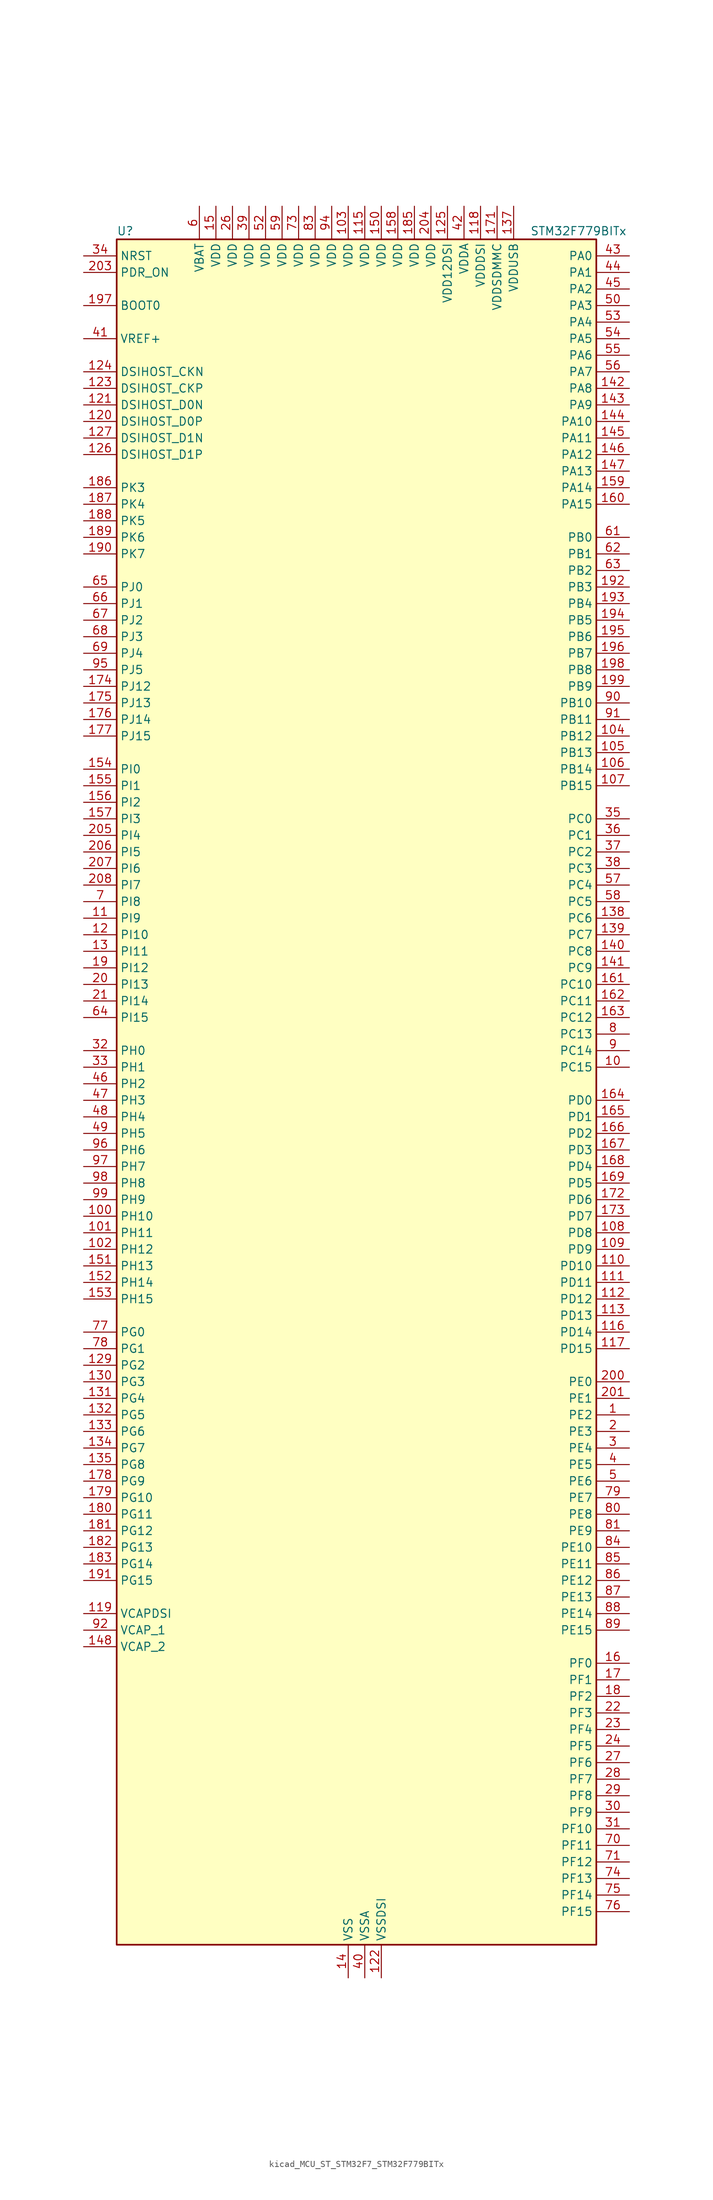
<source format=kicad_sym>
(kicad_symbol_lib
  (version 20220914)
  (generator kicad_symbol_editor)
  (symbol "kicad_MCU_ST_STM32F7_STM32F779BITx"
    (property "Reference" "U"
      (at -35.56 133.35 0)
      (effects (font (size 1.27 1.27)) (justify left)))
    (property "Value" "STM32F779BITx"
      (at 27.94 133.35 0)
      (effects (font (size 1.27 1.27)) (justify left)))
    (property "ki_locked" ""
      (at 0 0 0)
      (effects (font (size 1.27 1.27))))
    (symbol "kicad_MCU_ST_STM32F7_STM32F779BITx_0_1"
      (rectangle (start -35.56 -129.54) (end 38.1 132.08) (stroke (width 0.254) (type default)) (fill (type background))))
    (symbol "kicad_MCU_ST_STM32F7_STM32F779BITx_1_1"
      (pin bidirectional line (at 43.18 -48.26 180) (length 5.08) (name "PE2" (effects (font (size 1.27 1.27)))) (number "1" (effects (font (size 1.27 1.27)))) (alternate "ETH_TXD3" bidirectional line) (alternate "FMC_A23" bidirectional line) (alternate "QUADSPI_BK1_IO2" bidirectional line) (alternate "SAI1_MCLK_A" bidirectional line) (alternate "SPI4_SCK" bidirectional line) (alternate "SYS_TRACECLK" bidirectional line))
      (pin bidirectional line (at 43.18 5.08 180) (length 5.08) (name "PC15" (effects (font (size 1.27 1.27)))) (number "10" (effects (font (size 1.27 1.27)))) (alternate "RCC_OSC32_OUT" bidirectional line))
      (pin bidirectional line (at -40.64 -17.78 0) (length 5.08) (name "PH10" (effects (font (size 1.27 1.27)))) (number "100" (effects (font (size 1.27 1.27)))) (alternate "DCMI_D1" bidirectional line) (alternate "FMC_D18" bidirectional line) (alternate "I2C4_SMBA" bidirectional line) (alternate "LTDC_R4" bidirectional line) (alternate "TIM5_CH1" bidirectional line))
      (pin bidirectional line (at -40.64 -20.32 0) (length 5.08) (name "PH11" (effects (font (size 1.27 1.27)))) (number "101" (effects (font (size 1.27 1.27)))) (alternate "ADC1_EXTI11" bidirectional line) (alternate "ADC2_EXTI11" bidirectional line) (alternate "ADC3_EXTI11" bidirectional line) (alternate "DCMI_D2" bidirectional line) (alternate "FMC_D19" bidirectional line) (alternate "I2C4_SCL" bidirectional line) (alternate "LTDC_R5" bidirectional line) (alternate "TIM5_CH2" bidirectional line))
      (pin bidirectional line (at -40.64 -22.86 0) (length 5.08) (name "PH12" (effects (font (size 1.27 1.27)))) (number "102" (effects (font (size 1.27 1.27)))) (alternate "DCMI_D3" bidirectional line) (alternate "FMC_D20" bidirectional line) (alternate "I2C4_SDA" bidirectional line) (alternate "LTDC_R6" bidirectional line) (alternate "TIM5_CH3" bidirectional line))
      (pin power_in line (at 0 137.16 270) (length 5.08) (name "VDD" (effects (font (size 1.27 1.27)))) (number "103" (effects (font (size 1.27 1.27)))))
      (pin bidirectional line (at 43.18 55.88 180) (length 5.08) (name "PB12" (effects (font (size 1.27 1.27)))) (number "104" (effects (font (size 1.27 1.27)))) (alternate "CAN2_RX" bidirectional line) (alternate "DFSDM1_DATIN1" bidirectional line) (alternate "ETH_TXD0" bidirectional line) (alternate "I2C2_SMBA" bidirectional line) (alternate "I2S2_WS" bidirectional line) (alternate "SPI2_NSS" bidirectional line) (alternate "TIM1_BKIN" bidirectional line) (alternate "UART5_RX" bidirectional line) (alternate "USART3_CK" bidirectional line) (alternate "USB_OTG_HS_ID" bidirectional line) (alternate "USB_OTG_HS_ULPI_D5" bidirectional line))
      (pin bidirectional line (at 43.18 53.34 180) (length 5.08) (name "PB13" (effects (font (size 1.27 1.27)))) (number "105" (effects (font (size 1.27 1.27)))) (alternate "CAN2_TX" bidirectional line) (alternate "DFSDM1_CKIN1" bidirectional line) (alternate "ETH_TXD1" bidirectional line) (alternate "I2S2_CK" bidirectional line) (alternate "SPI2_SCK" bidirectional line) (alternate "TIM1_CH1N" bidirectional line) (alternate "UART5_TX" bidirectional line) (alternate "USART3_CTS" bidirectional line) (alternate "USB_OTG_HS_ULPI_D6" bidirectional line) (alternate "USB_OTG_HS_VBUS" bidirectional line))
      (pin bidirectional line (at 43.18 50.8 180) (length 5.08) (name "PB14" (effects (font (size 1.27 1.27)))) (number "106" (effects (font (size 1.27 1.27)))) (alternate "DFSDM1_DATIN2" bidirectional line) (alternate "SDMMC2_D0" bidirectional line) (alternate "SPI2_MISO" bidirectional line) (alternate "TIM12_CH1" bidirectional line) (alternate "TIM1_CH2N" bidirectional line) (alternate "TIM8_CH2N" bidirectional line) (alternate "UART4_DE" bidirectional line) (alternate "UART4_RTS" bidirectional line) (alternate "USART1_TX" bidirectional line) (alternate "USART3_DE" bidirectional line) (alternate "USART3_RTS" bidirectional line) (alternate "USB_OTG_HS_DM" bidirectional line))
      (pin bidirectional line (at 43.18 48.26 180) (length 5.08) (name "PB15" (effects (font (size 1.27 1.27)))) (number "107" (effects (font (size 1.27 1.27)))) (alternate "DFSDM1_CKIN2" bidirectional line) (alternate "I2S2_SD" bidirectional line) (alternate "RTC_REFIN" bidirectional line) (alternate "SDMMC2_D1" bidirectional line) (alternate "SPI2_MOSI" bidirectional line) (alternate "TIM12_CH2" bidirectional line) (alternate "TIM1_CH3N" bidirectional line) (alternate "TIM8_CH3N" bidirectional line) (alternate "UART4_CTS" bidirectional line) (alternate "USART1_RX" bidirectional line) (alternate "USB_OTG_HS_DP" bidirectional line))
      (pin bidirectional line (at 43.18 -20.32 180) (length 5.08) (name "PD8" (effects (font (size 1.27 1.27)))) (number "108" (effects (font (size 1.27 1.27)))) (alternate "DFSDM1_CKIN3" bidirectional line) (alternate "FMC_D13" bidirectional line) (alternate "FMC_DA13" bidirectional line) (alternate "SPDIFRX_IN1" bidirectional line) (alternate "USART3_TX" bidirectional line))
      (pin bidirectional line (at 43.18 -22.86 180) (length 5.08) (name "PD9" (effects (font (size 1.27 1.27)))) (number "109" (effects (font (size 1.27 1.27)))) (alternate "DAC_EXTI9" bidirectional line) (alternate "DFSDM1_DATIN3" bidirectional line) (alternate "FMC_D14" bidirectional line) (alternate "FMC_DA14" bidirectional line) (alternate "USART3_RX" bidirectional line))
      (pin bidirectional line (at -40.64 27.94 0) (length 5.08) (name "PI9" (effects (font (size 1.27 1.27)))) (number "11" (effects (font (size 1.27 1.27)))) (alternate "CAN1_RX" bidirectional line) (alternate "DAC_EXTI9" bidirectional line) (alternate "FMC_D30" bidirectional line) (alternate "LTDC_VSYNC" bidirectional line) (alternate "UART4_RX" bidirectional line))
      (pin bidirectional line (at 43.18 -25.4 180) (length 5.08) (name "PD10" (effects (font (size 1.27 1.27)))) (number "110" (effects (font (size 1.27 1.27)))) (alternate "DFSDM1_CKOUT" bidirectional line) (alternate "FMC_D15" bidirectional line) (alternate "FMC_DA15" bidirectional line) (alternate "LTDC_B3" bidirectional line) (alternate "USART3_CK" bidirectional line))
      (pin bidirectional line (at 43.18 -27.94 180) (length 5.08) (name "PD11" (effects (font (size 1.27 1.27)))) (number "111" (effects (font (size 1.27 1.27)))) (alternate "ADC1_EXTI11" bidirectional line) (alternate "ADC2_EXTI11" bidirectional line) (alternate "ADC3_EXTI11" bidirectional line) (alternate "FMC_A16" bidirectional line) (alternate "FMC_CLE" bidirectional line) (alternate "I2C4_SMBA" bidirectional line) (alternate "QUADSPI_BK1_IO0" bidirectional line) (alternate "SAI2_SD_A" bidirectional line) (alternate "USART3_CTS" bidirectional line))
      (pin bidirectional line (at 43.18 -30.48 180) (length 5.08) (name "PD12" (effects (font (size 1.27 1.27)))) (number "112" (effects (font (size 1.27 1.27)))) (alternate "FMC_A17" bidirectional line) (alternate "FMC_ALE" bidirectional line) (alternate "I2C4_SCL" bidirectional line) (alternate "LPTIM1_IN1" bidirectional line) (alternate "QUADSPI_BK1_IO1" bidirectional line) (alternate "SAI2_FS_A" bidirectional line) (alternate "TIM4_CH1" bidirectional line) (alternate "USART3_DE" bidirectional line) (alternate "USART3_RTS" bidirectional line))
      (pin bidirectional line (at 43.18 -33.02 180) (length 5.08) (name "PD13" (effects (font (size 1.27 1.27)))) (number "113" (effects (font (size 1.27 1.27)))) (alternate "FMC_A18" bidirectional line) (alternate "I2C4_SDA" bidirectional line) (alternate "LPTIM1_OUT" bidirectional line) (alternate "QUADSPI_BK1_IO3" bidirectional line) (alternate "SAI2_SCK_A" bidirectional line) (alternate "TIM4_CH2" bidirectional line))
      (pin passive line (at 0 -134.62 90) (length 5.08) hide (name "VSS" (effects (font (size 1.27 1.27)))) (number "114" (effects (font (size 1.27 1.27)))))
      (pin power_in line (at 2.54 137.16 270) (length 5.08) (name "VDD" (effects (font (size 1.27 1.27)))) (number "115" (effects (font (size 1.27 1.27)))))
      (pin bidirectional line (at 43.18 -35.56 180) (length 5.08) (name "PD14" (effects (font (size 1.27 1.27)))) (number "116" (effects (font (size 1.27 1.27)))) (alternate "FMC_D0" bidirectional line) (alternate "FMC_DA0" bidirectional line) (alternate "TIM4_CH3" bidirectional line) (alternate "UART8_CTS" bidirectional line))
      (pin bidirectional line (at 43.18 -38.1 180) (length 5.08) (name "PD15" (effects (font (size 1.27 1.27)))) (number "117" (effects (font (size 1.27 1.27)))) (alternate "FMC_D1" bidirectional line) (alternate "FMC_DA1" bidirectional line) (alternate "TIM4_CH4" bidirectional line) (alternate "UART8_DE" bidirectional line) (alternate "UART8_RTS" bidirectional line))
      (pin power_in line (at 20.32 137.16 270) (length 5.08) (name "VDDDSI" (effects (font (size 1.27 1.27)))) (number "118" (effects (font (size 1.27 1.27)))))
      (pin power_out line (at -40.64 -78.74 0) (length 5.08) (name "VCAPDSI" (effects (font (size 1.27 1.27)))) (number "119" (effects (font (size 1.27 1.27)))))
      (pin bidirectional line (at -40.64 25.4 0) (length 5.08) (name "PI10" (effects (font (size 1.27 1.27)))) (number "12" (effects (font (size 1.27 1.27)))) (alternate "ETH_RX_ER" bidirectional line) (alternate "FMC_D31" bidirectional line) (alternate "LTDC_HSYNC" bidirectional line))
      (pin bidirectional line (at -40.64 104.14 0) (length 5.08) (name "DSIHOST_D0P" (effects (font (size 1.27 1.27)))) (number "120" (effects (font (size 1.27 1.27)))) (alternate "DSIHOST_D0P" bidirectional line))
      (pin bidirectional line (at -40.64 106.68 0) (length 5.08) (name "DSIHOST_D0N" (effects (font (size 1.27 1.27)))) (number "121" (effects (font (size 1.27 1.27)))) (alternate "DSIHOST_D0N" bidirectional line))
      (pin power_in line (at 5.08 -134.62 90) (length 5.08) (name "VSSDSI" (effects (font (size 1.27 1.27)))) (number "122" (effects (font (size 1.27 1.27)))))
      (pin bidirectional line (at -40.64 109.22 0) (length 5.08) (name "DSIHOST_CKP" (effects (font (size 1.27 1.27)))) (number "123" (effects (font (size 1.27 1.27)))) (alternate "DSIHOST_CKP" bidirectional line))
      (pin bidirectional line (at -40.64 111.76 0) (length 5.08) (name "DSIHOST_CKN" (effects (font (size 1.27 1.27)))) (number "124" (effects (font (size 1.27 1.27)))) (alternate "DSIHOST_CKN" bidirectional line))
      (pin power_in line (at 15.24 137.16 270) (length 5.08) (name "VDD12DSI" (effects (font (size 1.27 1.27)))) (number "125" (effects (font (size 1.27 1.27)))))
      (pin bidirectional line (at -40.64 99.06 0) (length 5.08) (name "DSIHOST_D1P" (effects (font (size 1.27 1.27)))) (number "126" (effects (font (size 1.27 1.27)))) (alternate "DSIHOST_D1P" bidirectional line))
      (pin bidirectional line (at -40.64 101.6 0) (length 5.08) (name "DSIHOST_D1N" (effects (font (size 1.27 1.27)))) (number "127" (effects (font (size 1.27 1.27)))) (alternate "DSIHOST_D1N" bidirectional line))
      (pin passive line (at 5.08 -134.62 90) (length 5.08) hide (name "VSSDSI" (effects (font (size 1.27 1.27)))) (number "128" (effects (font (size 1.27 1.27)))))
      (pin bidirectional line (at -40.64 -40.64 0) (length 5.08) (name "PG2" (effects (font (size 1.27 1.27)))) (number "129" (effects (font (size 1.27 1.27)))) (alternate "FMC_A12" bidirectional line))
      (pin bidirectional line (at -40.64 22.86 0) (length 5.08) (name "PI11" (effects (font (size 1.27 1.27)))) (number "13" (effects (font (size 1.27 1.27)))) (alternate "ADC1_EXTI11" bidirectional line) (alternate "ADC2_EXTI11" bidirectional line) (alternate "ADC3_EXTI11" bidirectional line) (alternate "LTDC_G6" bidirectional line) (alternate "SYS_WKUP6" bidirectional line) (alternate "USB_OTG_HS_ULPI_DIR" bidirectional line))
      (pin bidirectional line (at -40.64 -43.18 0) (length 5.08) (name "PG3" (effects (font (size 1.27 1.27)))) (number "130" (effects (font (size 1.27 1.27)))) (alternate "FMC_A13" bidirectional line))
      (pin bidirectional line (at -40.64 -45.72 0) (length 5.08) (name "PG4" (effects (font (size 1.27 1.27)))) (number "131" (effects (font (size 1.27 1.27)))) (alternate "FMC_A14" bidirectional line) (alternate "FMC_BA0" bidirectional line))
      (pin bidirectional line (at -40.64 -48.26 0) (length 5.08) (name "PG5" (effects (font (size 1.27 1.27)))) (number "132" (effects (font (size 1.27 1.27)))) (alternate "FMC_A15" bidirectional line) (alternate "FMC_BA1" bidirectional line))
      (pin bidirectional line (at -40.64 -50.8 0) (length 5.08) (name "PG6" (effects (font (size 1.27 1.27)))) (number "133" (effects (font (size 1.27 1.27)))) (alternate "DCMI_D12" bidirectional line) (alternate "FMC_NE3" bidirectional line) (alternate "LTDC_R7" bidirectional line))
      (pin bidirectional line (at -40.64 -53.34 0) (length 5.08) (name "PG7" (effects (font (size 1.27 1.27)))) (number "134" (effects (font (size 1.27 1.27)))) (alternate "DCMI_D13" bidirectional line) (alternate "FMC_INT" bidirectional line) (alternate "LTDC_CLK" bidirectional line) (alternate "SAI1_MCLK_A" bidirectional line) (alternate "USART6_CK" bidirectional line))
      (pin bidirectional line (at -40.64 -55.88 0) (length 5.08) (name "PG8" (effects (font (size 1.27 1.27)))) (number "135" (effects (font (size 1.27 1.27)))) (alternate "ETH_PPS_OUT" bidirectional line) (alternate "FMC_SDCLK" bidirectional line) (alternate "LTDC_G7" bidirectional line) (alternate "SPDIFRX_IN2" bidirectional line) (alternate "SPI6_NSS" bidirectional line) (alternate "USART6_DE" bidirectional line) (alternate "USART6_RTS" bidirectional line))
      (pin passive line (at 0 -134.62 90) (length 5.08) hide (name "VSS" (effects (font (size 1.27 1.27)))) (number "136" (effects (font (size 1.27 1.27)))))
      (pin power_in line (at 25.4 137.16 270) (length 5.08) (name "VDDUSB" (effects (font (size 1.27 1.27)))) (number "137" (effects (font (size 1.27 1.27)))))
      (pin bidirectional line (at 43.18 27.94 180) (length 5.08) (name "PC6" (effects (font (size 1.27 1.27)))) (number "138" (effects (font (size 1.27 1.27)))) (alternate "DCMI_D0" bidirectional line) (alternate "DFSDM1_CKIN3" bidirectional line) (alternate "FMC_NWAIT" bidirectional line) (alternate "I2S2_MCK" bidirectional line) (alternate "LTDC_HSYNC" bidirectional line) (alternate "SDMMC1_D6" bidirectional line) (alternate "SDMMC2_D6" bidirectional line) (alternate "TIM3_CH1" bidirectional line) (alternate "TIM8_CH1" bidirectional line) (alternate "USART6_TX" bidirectional line))
      (pin bidirectional line (at 43.18 25.4 180) (length 5.08) (name "PC7" (effects (font (size 1.27 1.27)))) (number "139" (effects (font (size 1.27 1.27)))) (alternate "DCMI_D1" bidirectional line) (alternate "DFSDM1_DATIN3" bidirectional line) (alternate "FMC_NE1" bidirectional line) (alternate "I2S3_MCK" bidirectional line) (alternate "LTDC_G6" bidirectional line) (alternate "SDMMC1_D7" bidirectional line) (alternate "SDMMC2_D7" bidirectional line) (alternate "TIM3_CH2" bidirectional line) (alternate "TIM8_CH2" bidirectional line) (alternate "USART6_RX" bidirectional line))
      (pin power_in line (at 0 -134.62 90) (length 5.08) (name "VSS" (effects (font (size 1.27 1.27)))) (number "14" (effects (font (size 1.27 1.27)))))
      (pin bidirectional line (at 43.18 22.86 180) (length 5.08) (name "PC8" (effects (font (size 1.27 1.27)))) (number "140" (effects (font (size 1.27 1.27)))) (alternate "DCMI_D2" bidirectional line) (alternate "FMC_NCE" bidirectional line) (alternate "FMC_NE2" bidirectional line) (alternate "SDMMC1_D0" bidirectional line) (alternate "SYS_TRACED1" bidirectional line) (alternate "TIM3_CH3" bidirectional line) (alternate "TIM8_CH3" bidirectional line) (alternate "UART5_DE" bidirectional line) (alternate "UART5_RTS" bidirectional line) (alternate "USART6_CK" bidirectional line))
      (pin bidirectional line (at 43.18 20.32 180) (length 5.08) (name "PC9" (effects (font (size 1.27 1.27)))) (number "141" (effects (font (size 1.27 1.27)))) (alternate "DAC_EXTI9" bidirectional line) (alternate "DCMI_D3" bidirectional line) (alternate "I2C3_SDA" bidirectional line) (alternate "I2S_CKIN" bidirectional line) (alternate "LTDC_B2" bidirectional line) (alternate "LTDC_G3" bidirectional line) (alternate "QUADSPI_BK1_IO0" bidirectional line) (alternate "RCC_MCO_2" bidirectional line) (alternate "SDMMC1_D1" bidirectional line) (alternate "TIM3_CH4" bidirectional line) (alternate "TIM8_CH4" bidirectional line) (alternate "UART5_CTS" bidirectional line))
      (pin bidirectional line (at 43.18 109.22 180) (length 5.08) (name "PA8" (effects (font (size 1.27 1.27)))) (number "142" (effects (font (size 1.27 1.27)))) (alternate "CAN3_RX" bidirectional line) (alternate "I2C3_SCL" bidirectional line) (alternate "LTDC_B3" bidirectional line) (alternate "LTDC_R6" bidirectional line) (alternate "RCC_MCO_1" bidirectional line) (alternate "TIM1_CH1" bidirectional line) (alternate "TIM8_BKIN2" bidirectional line) (alternate "UART7_RX" bidirectional line) (alternate "USART1_CK" bidirectional line) (alternate "USB_OTG_FS_SOF" bidirectional line))
      (pin bidirectional line (at 43.18 106.68 180) (length 5.08) (name "PA9" (effects (font (size 1.27 1.27)))) (number "143" (effects (font (size 1.27 1.27)))) (alternate "DAC_EXTI9" bidirectional line) (alternate "DCMI_D0" bidirectional line) (alternate "I2C3_SMBA" bidirectional line) (alternate "I2S2_CK" bidirectional line) (alternate "LTDC_R5" bidirectional line) (alternate "SPI2_SCK" bidirectional line) (alternate "TIM1_CH2" bidirectional line) (alternate "USART1_TX" bidirectional line) (alternate "USB_OTG_FS_VBUS" bidirectional line))
      (pin bidirectional line (at 43.18 104.14 180) (length 5.08) (name "PA10" (effects (font (size 1.27 1.27)))) (number "144" (effects (font (size 1.27 1.27)))) (alternate "DCMI_D1" bidirectional line) (alternate "LTDC_B1" bidirectional line) (alternate "LTDC_B4" bidirectional line) (alternate "MDIOS_MDIO" bidirectional line) (alternate "TIM1_CH3" bidirectional line) (alternate "USART1_RX" bidirectional line) (alternate "USB_OTG_FS_ID" bidirectional line))
      (pin bidirectional line (at 43.18 101.6 180) (length 5.08) (name "PA11" (effects (font (size 1.27 1.27)))) (number "145" (effects (font (size 1.27 1.27)))) (alternate "ADC1_EXTI11" bidirectional line) (alternate "ADC2_EXTI11" bidirectional line) (alternate "ADC3_EXTI11" bidirectional line) (alternate "CAN1_RX" bidirectional line) (alternate "I2S2_WS" bidirectional line) (alternate "LTDC_R4" bidirectional line) (alternate "SPI2_NSS" bidirectional line) (alternate "TIM1_CH4" bidirectional line) (alternate "UART4_RX" bidirectional line) (alternate "USART1_CTS" bidirectional line) (alternate "USB_OTG_FS_DM" bidirectional line))
      (pin bidirectional line (at 43.18 99.06 180) (length 5.08) (name "PA12" (effects (font (size 1.27 1.27)))) (number "146" (effects (font (size 1.27 1.27)))) (alternate "CAN1_TX" bidirectional line) (alternate "I2S2_CK" bidirectional line) (alternate "LTDC_R5" bidirectional line) (alternate "SAI2_FS_B" bidirectional line) (alternate "SPI2_SCK" bidirectional line) (alternate "TIM1_ETR" bidirectional line) (alternate "UART4_TX" bidirectional line) (alternate "USART1_DE" bidirectional line) (alternate "USART1_RTS" bidirectional line) (alternate "USB_OTG_FS_DP" bidirectional line))
      (pin bidirectional line (at 43.18 96.52 180) (length 5.08) (name "PA13" (effects (font (size 1.27 1.27)))) (number "147" (effects (font (size 1.27 1.27)))) (alternate "SYS_JTMS-SWDIO" bidirectional line))
      (pin power_out line (at -40.64 -83.82 0) (length 5.08) (name "VCAP_2" (effects (font (size 1.27 1.27)))) (number "148" (effects (font (size 1.27 1.27)))))
      (pin passive line (at 0 -134.62 90) (length 5.08) hide (name "VSS" (effects (font (size 1.27 1.27)))) (number "149" (effects (font (size 1.27 1.27)))))
      (pin power_in line (at -20.32 137.16 270) (length 5.08) (name "VDD" (effects (font (size 1.27 1.27)))) (number "15" (effects (font (size 1.27 1.27)))))
      (pin power_in line (at 5.08 137.16 270) (length 5.08) (name "VDD" (effects (font (size 1.27 1.27)))) (number "150" (effects (font (size 1.27 1.27)))))
      (pin bidirectional line (at -40.64 -25.4 0) (length 5.08) (name "PH13" (effects (font (size 1.27 1.27)))) (number "151" (effects (font (size 1.27 1.27)))) (alternate "CAN1_TX" bidirectional line) (alternate "FMC_D21" bidirectional line) (alternate "LTDC_G2" bidirectional line) (alternate "TIM8_CH1N" bidirectional line) (alternate "UART4_TX" bidirectional line))
      (pin bidirectional line (at -40.64 -27.94 0) (length 5.08) (name "PH14" (effects (font (size 1.27 1.27)))) (number "152" (effects (font (size 1.27 1.27)))) (alternate "CAN1_RX" bidirectional line) (alternate "DCMI_D4" bidirectional line) (alternate "FMC_D22" bidirectional line) (alternate "LTDC_G3" bidirectional line) (alternate "TIM8_CH2N" bidirectional line) (alternate "UART4_RX" bidirectional line))
      (pin bidirectional line (at -40.64 -30.48 0) (length 5.08) (name "PH15" (effects (font (size 1.27 1.27)))) (number "153" (effects (font (size 1.27 1.27)))) (alternate "DCMI_D11" bidirectional line) (alternate "FMC_D23" bidirectional line) (alternate "LTDC_G4" bidirectional line) (alternate "TIM8_CH3N" bidirectional line))
      (pin bidirectional line (at -40.64 50.8 0) (length 5.08) (name "PI0" (effects (font (size 1.27 1.27)))) (number "154" (effects (font (size 1.27 1.27)))) (alternate "DCMI_D13" bidirectional line) (alternate "FMC_D24" bidirectional line) (alternate "I2S2_WS" bidirectional line) (alternate "LTDC_G5" bidirectional line) (alternate "SPI2_NSS" bidirectional line) (alternate "TIM5_CH4" bidirectional line))
      (pin bidirectional line (at -40.64 48.26 0) (length 5.08) (name "PI1" (effects (font (size 1.27 1.27)))) (number "155" (effects (font (size 1.27 1.27)))) (alternate "DCMI_D8" bidirectional line) (alternate "FMC_D25" bidirectional line) (alternate "I2S2_CK" bidirectional line) (alternate "LTDC_G6" bidirectional line) (alternate "SPI2_SCK" bidirectional line) (alternate "TIM8_BKIN2" bidirectional line))
      (pin bidirectional line (at -40.64 45.72 0) (length 5.08) (name "PI2" (effects (font (size 1.27 1.27)))) (number "156" (effects (font (size 1.27 1.27)))) (alternate "DCMI_D9" bidirectional line) (alternate "FMC_D26" bidirectional line) (alternate "LTDC_G7" bidirectional line) (alternate "SPI2_MISO" bidirectional line) (alternate "TIM8_CH4" bidirectional line))
      (pin bidirectional line (at -40.64 43.18 0) (length 5.08) (name "PI3" (effects (font (size 1.27 1.27)))) (number "157" (effects (font (size 1.27 1.27)))) (alternate "DCMI_D10" bidirectional line) (alternate "FMC_D27" bidirectional line) (alternate "I2S2_SD" bidirectional line) (alternate "SPI2_MOSI" bidirectional line) (alternate "TIM8_ETR" bidirectional line))
      (pin power_in line (at 7.62 137.16 270) (length 5.08) (name "VDD" (effects (font (size 1.27 1.27)))) (number "158" (effects (font (size 1.27 1.27)))))
      (pin bidirectional line (at 43.18 93.98 180) (length 5.08) (name "PA14" (effects (font (size 1.27 1.27)))) (number "159" (effects (font (size 1.27 1.27)))) (alternate "SYS_JTCK-SWCLK" bidirectional line))
      (pin bidirectional line (at 43.18 -86.36 180) (length 5.08) (name "PF0" (effects (font (size 1.27 1.27)))) (number "16" (effects (font (size 1.27 1.27)))) (alternate "FMC_A0" bidirectional line) (alternate "I2C2_SDA" bidirectional line))
      (pin bidirectional line (at 43.18 91.44 180) (length 5.08) (name "PA15" (effects (font (size 1.27 1.27)))) (number "160" (effects (font (size 1.27 1.27)))) (alternate "CAN3_TX" bidirectional line) (alternate "CEC" bidirectional line) (alternate "I2S1_WS" bidirectional line) (alternate "I2S3_WS" bidirectional line) (alternate "SPI1_NSS" bidirectional line) (alternate "SPI3_NSS" bidirectional line) (alternate "SPI6_NSS" bidirectional line) (alternate "SYS_JTDI" bidirectional line) (alternate "TIM2_CH1" bidirectional line) (alternate "TIM2_ETR" bidirectional line) (alternate "UART4_DE" bidirectional line) (alternate "UART4_RTS" bidirectional line) (alternate "UART7_TX" bidirectional line))
      (pin bidirectional line (at 43.18 17.78 180) (length 5.08) (name "PC10" (effects (font (size 1.27 1.27)))) (number "161" (effects (font (size 1.27 1.27)))) (alternate "DCMI_D8" bidirectional line) (alternate "DFSDM1_CKIN5" bidirectional line) (alternate "I2S3_CK" bidirectional line) (alternate "LTDC_R2" bidirectional line) (alternate "QUADSPI_BK1_IO1" bidirectional line) (alternate "SDMMC1_D2" bidirectional line) (alternate "SPI3_SCK" bidirectional line) (alternate "UART4_TX" bidirectional line) (alternate "USART3_TX" bidirectional line))
      (pin bidirectional line (at 43.18 15.24 180) (length 5.08) (name "PC11" (effects (font (size 1.27 1.27)))) (number "162" (effects (font (size 1.27 1.27)))) (alternate "ADC1_EXTI11" bidirectional line) (alternate "ADC2_EXTI11" bidirectional line) (alternate "ADC3_EXTI11" bidirectional line) (alternate "DCMI_D4" bidirectional line) (alternate "DFSDM1_DATIN5" bidirectional line) (alternate "QUADSPI_BK2_NCS" bidirectional line) (alternate "SDMMC1_D3" bidirectional line) (alternate "SPI3_MISO" bidirectional line) (alternate "UART4_RX" bidirectional line) (alternate "USART3_RX" bidirectional line))
      (pin bidirectional line (at 43.18 12.7 180) (length 5.08) (name "PC12" (effects (font (size 1.27 1.27)))) (number "163" (effects (font (size 1.27 1.27)))) (alternate "DCMI_D9" bidirectional line) (alternate "I2S3_SD" bidirectional line) (alternate "SDMMC1_CK" bidirectional line) (alternate "SPI3_MOSI" bidirectional line) (alternate "SYS_TRACED3" bidirectional line) (alternate "UART5_TX" bidirectional line) (alternate "USART3_CK" bidirectional line))
      (pin bidirectional line (at 43.18 0 180) (length 5.08) (name "PD0" (effects (font (size 1.27 1.27)))) (number "164" (effects (font (size 1.27 1.27)))) (alternate "CAN1_RX" bidirectional line) (alternate "DFSDM1_CKIN6" bidirectional line) (alternate "DFSDM1_DATIN7" bidirectional line) (alternate "FMC_D2" bidirectional line) (alternate "FMC_DA2" bidirectional line) (alternate "UART4_RX" bidirectional line))
      (pin bidirectional line (at 43.18 -2.54 180) (length 5.08) (name "PD1" (effects (font (size 1.27 1.27)))) (number "165" (effects (font (size 1.27 1.27)))) (alternate "CAN1_TX" bidirectional line) (alternate "DFSDM1_CKIN7" bidirectional line) (alternate "DFSDM1_DATIN6" bidirectional line) (alternate "FMC_D3" bidirectional line) (alternate "FMC_DA3" bidirectional line) (alternate "UART4_TX" bidirectional line))
      (pin bidirectional line (at 43.18 -5.08 180) (length 5.08) (name "PD2" (effects (font (size 1.27 1.27)))) (number "166" (effects (font (size 1.27 1.27)))) (alternate "DCMI_D11" bidirectional line) (alternate "SDMMC1_CMD" bidirectional line) (alternate "SYS_TRACED2" bidirectional line) (alternate "TIM3_ETR" bidirectional line) (alternate "UART5_RX" bidirectional line))
      (pin bidirectional line (at 43.18 -7.62 180) (length 5.08) (name "PD3" (effects (font (size 1.27 1.27)))) (number "167" (effects (font (size 1.27 1.27)))) (alternate "DCMI_D5" bidirectional line) (alternate "DFSDM1_CKOUT" bidirectional line) (alternate "DFSDM1_DATIN0" bidirectional line) (alternate "FMC_CLK" bidirectional line) (alternate "I2S2_CK" bidirectional line) (alternate "LTDC_G7" bidirectional line) (alternate "SPI2_SCK" bidirectional line) (alternate "USART2_CTS" bidirectional line))
      (pin bidirectional line (at 43.18 -10.16 180) (length 5.08) (name "PD4" (effects (font (size 1.27 1.27)))) (number "168" (effects (font (size 1.27 1.27)))) (alternate "DFSDM1_CKIN0" bidirectional line) (alternate "FMC_NOE" bidirectional line) (alternate "USART2_DE" bidirectional line) (alternate "USART2_RTS" bidirectional line))
      (pin bidirectional line (at 43.18 -12.7 180) (length 5.08) (name "PD5" (effects (font (size 1.27 1.27)))) (number "169" (effects (font (size 1.27 1.27)))) (alternate "FMC_NWE" bidirectional line) (alternate "USART2_TX" bidirectional line))
      (pin bidirectional line (at 43.18 -88.9 180) (length 5.08) (name "PF1" (effects (font (size 1.27 1.27)))) (number "17" (effects (font (size 1.27 1.27)))) (alternate "FMC_A1" bidirectional line) (alternate "I2C2_SCL" bidirectional line))
      (pin passive line (at 0 -134.62 90) (length 5.08) hide (name "VSS" (effects (font (size 1.27 1.27)))) (number "170" (effects (font (size 1.27 1.27)))))
      (pin power_in line (at 22.86 137.16 270) (length 5.08) (name "VDDSDMMC" (effects (font (size 1.27 1.27)))) (number "171" (effects (font (size 1.27 1.27)))))
      (pin bidirectional line (at 43.18 -15.24 180) (length 5.08) (name "PD6" (effects (font (size 1.27 1.27)))) (number "172" (effects (font (size 1.27 1.27)))) (alternate "DCMI_D10" bidirectional line) (alternate "DFSDM1_CKIN4" bidirectional line) (alternate "DFSDM1_DATIN1" bidirectional line) (alternate "FMC_NWAIT" bidirectional line) (alternate "I2S3_SD" bidirectional line) (alternate "LTDC_B2" bidirectional line) (alternate "SAI1_SD_A" bidirectional line) (alternate "SDMMC2_CK" bidirectional line) (alternate "SPI3_MOSI" bidirectional line) (alternate "USART2_RX" bidirectional line))
      (pin bidirectional line (at 43.18 -17.78 180) (length 5.08) (name "PD7" (effects (font (size 1.27 1.27)))) (number "173" (effects (font (size 1.27 1.27)))) (alternate "DFSDM1_CKIN1" bidirectional line) (alternate "DFSDM1_DATIN4" bidirectional line) (alternate "FMC_NE1" bidirectional line) (alternate "I2S1_SD" bidirectional line) (alternate "SDMMC2_CMD" bidirectional line) (alternate "SPDIFRX_IN0" bidirectional line) (alternate "SPI1_MOSI" bidirectional line) (alternate "USART2_CK" bidirectional line))
      (pin bidirectional line (at -40.64 63.5 0) (length 5.08) (name "PJ12" (effects (font (size 1.27 1.27)))) (number "174" (effects (font (size 1.27 1.27)))) (alternate "LTDC_B0" bidirectional line) (alternate "LTDC_G3" bidirectional line))
      (pin bidirectional line (at -40.64 60.96 0) (length 5.08) (name "PJ13" (effects (font (size 1.27 1.27)))) (number "175" (effects (font (size 1.27 1.27)))) (alternate "LTDC_B1" bidirectional line) (alternate "LTDC_G4" bidirectional line))
      (pin bidirectional line (at -40.64 58.42 0) (length 5.08) (name "PJ14" (effects (font (size 1.27 1.27)))) (number "176" (effects (font (size 1.27 1.27)))) (alternate "LTDC_B2" bidirectional line))
      (pin bidirectional line (at -40.64 55.88 0) (length 5.08) (name "PJ15" (effects (font (size 1.27 1.27)))) (number "177" (effects (font (size 1.27 1.27)))) (alternate "LTDC_B3" bidirectional line))
      (pin bidirectional line (at -40.64 -58.42 0) (length 5.08) (name "PG9" (effects (font (size 1.27 1.27)))) (number "178" (effects (font (size 1.27 1.27)))) (alternate "DAC_EXTI9" bidirectional line) (alternate "DCMI_VSYNC" bidirectional line) (alternate "FMC_NCE" bidirectional line) (alternate "FMC_NE2" bidirectional line) (alternate "QUADSPI_BK2_IO2" bidirectional line) (alternate "SAI2_FS_B" bidirectional line) (alternate "SDMMC2_D0" bidirectional line) (alternate "SPDIFRX_IN3" bidirectional line) (alternate "SPI1_MISO" bidirectional line) (alternate "USART6_RX" bidirectional line))
      (pin bidirectional line (at -40.64 -60.96 0) (length 5.08) (name "PG10" (effects (font (size 1.27 1.27)))) (number "179" (effects (font (size 1.27 1.27)))) (alternate "DCMI_D2" bidirectional line) (alternate "FMC_NE3" bidirectional line) (alternate "I2S1_WS" bidirectional line) (alternate "LTDC_B2" bidirectional line) (alternate "LTDC_G3" bidirectional line) (alternate "SAI2_SD_B" bidirectional line) (alternate "SDMMC2_D1" bidirectional line) (alternate "SPI1_NSS" bidirectional line))
      (pin bidirectional line (at 43.18 -91.44 180) (length 5.08) (name "PF2" (effects (font (size 1.27 1.27)))) (number "18" (effects (font (size 1.27 1.27)))) (alternate "FMC_A2" bidirectional line) (alternate "I2C2_SMBA" bidirectional line))
      (pin bidirectional line (at -40.64 -63.5 0) (length 5.08) (name "PG11" (effects (font (size 1.27 1.27)))) (number "180" (effects (font (size 1.27 1.27)))) (alternate "ADC1_EXTI11" bidirectional line) (alternate "ADC2_EXTI11" bidirectional line) (alternate "ADC3_EXTI11" bidirectional line) (alternate "DCMI_D3" bidirectional line) (alternate "ETH_TX_EN" bidirectional line) (alternate "I2S1_CK" bidirectional line) (alternate "LTDC_B3" bidirectional line) (alternate "SDMMC2_D2" bidirectional line) (alternate "SPDIFRX_IN0" bidirectional line) (alternate "SPI1_SCK" bidirectional line))
      (pin bidirectional line (at -40.64 -66.04 0) (length 5.08) (name "PG12" (effects (font (size 1.27 1.27)))) (number "181" (effects (font (size 1.27 1.27)))) (alternate "FMC_NE4" bidirectional line) (alternate "LPTIM1_IN1" bidirectional line) (alternate "LTDC_B1" bidirectional line) (alternate "LTDC_B4" bidirectional line) (alternate "SDMMC2_D3" bidirectional line) (alternate "SPDIFRX_IN1" bidirectional line) (alternate "SPI6_MISO" bidirectional line) (alternate "USART6_DE" bidirectional line) (alternate "USART6_RTS" bidirectional line))
      (pin bidirectional line (at -40.64 -68.58 0) (length 5.08) (name "PG13" (effects (font (size 1.27 1.27)))) (number "182" (effects (font (size 1.27 1.27)))) (alternate "ETH_TXD0" bidirectional line) (alternate "FMC_A24" bidirectional line) (alternate "LPTIM1_OUT" bidirectional line) (alternate "LTDC_R0" bidirectional line) (alternate "SPI6_SCK" bidirectional line) (alternate "SYS_TRACED0" bidirectional line) (alternate "USART6_CTS" bidirectional line))
      (pin bidirectional line (at -40.64 -71.12 0) (length 5.08) (name "PG14" (effects (font (size 1.27 1.27)))) (number "183" (effects (font (size 1.27 1.27)))) (alternate "ETH_TXD1" bidirectional line) (alternate "FMC_A25" bidirectional line) (alternate "LPTIM1_ETR" bidirectional line) (alternate "LTDC_B0" bidirectional line) (alternate "QUADSPI_BK2_IO3" bidirectional line) (alternate "SPI6_MOSI" bidirectional line) (alternate "SYS_TRACED1" bidirectional line) (alternate "USART6_TX" bidirectional line))
      (pin passive line (at 0 -134.62 90) (length 5.08) hide (name "VSS" (effects (font (size 1.27 1.27)))) (number "184" (effects (font (size 1.27 1.27)))))
      (pin power_in line (at 10.16 137.16 270) (length 5.08) (name "VDD" (effects (font (size 1.27 1.27)))) (number "185" (effects (font (size 1.27 1.27)))))
      (pin bidirectional line (at -40.64 93.98 0) (length 5.08) (name "PK3" (effects (font (size 1.27 1.27)))) (number "186" (effects (font (size 1.27 1.27)))) (alternate "LTDC_B4" bidirectional line))
      (pin bidirectional line (at -40.64 91.44 0) (length 5.08) (name "PK4" (effects (font (size 1.27 1.27)))) (number "187" (effects (font (size 1.27 1.27)))) (alternate "LTDC_B5" bidirectional line))
      (pin bidirectional line (at -40.64 88.9 0) (length 5.08) (name "PK5" (effects (font (size 1.27 1.27)))) (number "188" (effects (font (size 1.27 1.27)))) (alternate "LTDC_B6" bidirectional line))
      (pin bidirectional line (at -40.64 86.36 0) (length 5.08) (name "PK6" (effects (font (size 1.27 1.27)))) (number "189" (effects (font (size 1.27 1.27)))) (alternate "LTDC_B7" bidirectional line))
      (pin bidirectional line (at -40.64 20.32 0) (length 5.08) (name "PI12" (effects (font (size 1.27 1.27)))) (number "19" (effects (font (size 1.27 1.27)))) (alternate "LTDC_HSYNC" bidirectional line))
      (pin bidirectional line (at -40.64 83.82 0) (length 5.08) (name "PK7" (effects (font (size 1.27 1.27)))) (number "190" (effects (font (size 1.27 1.27)))) (alternate "LTDC_DE" bidirectional line))
      (pin bidirectional line (at -40.64 -73.66 0) (length 5.08) (name "PG15" (effects (font (size 1.27 1.27)))) (number "191" (effects (font (size 1.27 1.27)))) (alternate "DCMI_D13" bidirectional line) (alternate "FMC_SDNCAS" bidirectional line) (alternate "USART6_CTS" bidirectional line))
      (pin bidirectional line (at 43.18 78.74 180) (length 5.08) (name "PB3" (effects (font (size 1.27 1.27)))) (number "192" (effects (font (size 1.27 1.27)))) (alternate "CAN3_RX" bidirectional line) (alternate "I2S1_CK" bidirectional line) (alternate "I2S3_CK" bidirectional line) (alternate "SDMMC2_D2" bidirectional line) (alternate "SPI1_SCK" bidirectional line) (alternate "SPI3_SCK" bidirectional line) (alternate "SPI6_SCK" bidirectional line) (alternate "SYS_JTDO-SWO" bidirectional line) (alternate "TIM2_CH2" bidirectional line) (alternate "UART7_RX" bidirectional line))
      (pin bidirectional line (at 43.18 76.2 180) (length 5.08) (name "PB4" (effects (font (size 1.27 1.27)))) (number "193" (effects (font (size 1.27 1.27)))) (alternate "CAN3_TX" bidirectional line) (alternate "I2S2_WS" bidirectional line) (alternate "SDMMC2_D3" bidirectional line) (alternate "SPI1_MISO" bidirectional line) (alternate "SPI2_NSS" bidirectional line) (alternate "SPI3_MISO" bidirectional line) (alternate "SPI6_MISO" bidirectional line) (alternate "SYS_JTRST" bidirectional line) (alternate "TIM3_CH1" bidirectional line) (alternate "UART7_TX" bidirectional line))
      (pin bidirectional line (at 43.18 73.66 180) (length 5.08) (name "PB5" (effects (font (size 1.27 1.27)))) (number "194" (effects (font (size 1.27 1.27)))) (alternate "CAN2_RX" bidirectional line) (alternate "DCMI_D10" bidirectional line) (alternate "ETH_PPS_OUT" bidirectional line) (alternate "FMC_SDCKE1" bidirectional line) (alternate "I2C1_SMBA" bidirectional line) (alternate "I2S1_SD" bidirectional line) (alternate "I2S3_SD" bidirectional line) (alternate "LTDC_G7" bidirectional line) (alternate "SPI1_MOSI" bidirectional line) (alternate "SPI3_MOSI" bidirectional line) (alternate "SPI6_MOSI" bidirectional line) (alternate "TIM3_CH2" bidirectional line) (alternate "UART5_RX" bidirectional line) (alternate "USB_OTG_HS_ULPI_D7" bidirectional line))
      (pin bidirectional line (at 43.18 71.12 180) (length 5.08) (name "PB6" (effects (font (size 1.27 1.27)))) (number "195" (effects (font (size 1.27 1.27)))) (alternate "CAN2_TX" bidirectional line) (alternate "CEC" bidirectional line) (alternate "DCMI_D5" bidirectional line) (alternate "DFSDM1_DATIN5" bidirectional line) (alternate "FMC_SDNE1" bidirectional line) (alternate "I2C1_SCL" bidirectional line) (alternate "I2C4_SCL" bidirectional line) (alternate "QUADSPI_BK1_NCS" bidirectional line) (alternate "TIM4_CH1" bidirectional line) (alternate "UART5_TX" bidirectional line) (alternate "USART1_TX" bidirectional line))
      (pin bidirectional line (at 43.18 68.58 180) (length 5.08) (name "PB7" (effects (font (size 1.27 1.27)))) (number "196" (effects (font (size 1.27 1.27)))) (alternate "DCMI_VSYNC" bidirectional line) (alternate "DFSDM1_CKIN5" bidirectional line) (alternate "FMC_NL" bidirectional line) (alternate "I2C1_SDA" bidirectional line) (alternate "I2C4_SDA" bidirectional line) (alternate "TIM4_CH2" bidirectional line) (alternate "USART1_RX" bidirectional line))
      (pin input line (at -40.64 121.92 0) (length 5.08) (name "BOOT0" (effects (font (size 1.27 1.27)))) (number "197" (effects (font (size 1.27 1.27)))))
      (pin bidirectional line (at 43.18 66.04 180) (length 5.08) (name "PB8" (effects (font (size 1.27 1.27)))) (number "198" (effects (font (size 1.27 1.27)))) (alternate "CAN1_RX" bidirectional line) (alternate "DCMI_D6" bidirectional line) (alternate "DFSDM1_CKIN7" bidirectional line) (alternate "ETH_TXD3" bidirectional line) (alternate "I2C1_SCL" bidirectional line) (alternate "I2C4_SCL" bidirectional line) (alternate "LTDC_B6" bidirectional line) (alternate "SDMMC1_D4" bidirectional line) (alternate "SDMMC2_D4" bidirectional line) (alternate "TIM10_CH1" bidirectional line) (alternate "TIM4_CH3" bidirectional line) (alternate "UART5_RX" bidirectional line))
      (pin bidirectional line (at 43.18 63.5 180) (length 5.08) (name "PB9" (effects (font (size 1.27 1.27)))) (number "199" (effects (font (size 1.27 1.27)))) (alternate "CAN1_TX" bidirectional line) (alternate "DAC_EXTI9" bidirectional line) (alternate "DCMI_D7" bidirectional line) (alternate "DFSDM1_DATIN7" bidirectional line) (alternate "I2C1_SDA" bidirectional line) (alternate "I2C4_SDA" bidirectional line) (alternate "I2C4_SMBA" bidirectional line) (alternate "I2S2_WS" bidirectional line) (alternate "LTDC_B7" bidirectional line) (alternate "SDMMC1_D5" bidirectional line) (alternate "SDMMC2_D5" bidirectional line) (alternate "SPI2_NSS" bidirectional line) (alternate "TIM11_CH1" bidirectional line) (alternate "TIM4_CH4" bidirectional line) (alternate "UART5_TX" bidirectional line))
      (pin bidirectional line (at 43.18 -50.8 180) (length 5.08) (name "PE3" (effects (font (size 1.27 1.27)))) (number "2" (effects (font (size 1.27 1.27)))) (alternate "FMC_A19" bidirectional line) (alternate "SAI1_SD_B" bidirectional line) (alternate "SYS_TRACED0" bidirectional line))
      (pin bidirectional line (at -40.64 17.78 0) (length 5.08) (name "PI13" (effects (font (size 1.27 1.27)))) (number "20" (effects (font (size 1.27 1.27)))) (alternate "LTDC_VSYNC" bidirectional line))
      (pin bidirectional line (at 43.18 -43.18 180) (length 5.08) (name "PE0" (effects (font (size 1.27 1.27)))) (number "200" (effects (font (size 1.27 1.27)))) (alternate "DCMI_D2" bidirectional line) (alternate "FMC_NBL0" bidirectional line) (alternate "LPTIM1_ETR" bidirectional line) (alternate "SAI2_MCLK_A" bidirectional line) (alternate "TIM4_ETR" bidirectional line) (alternate "UART8_RX" bidirectional line))
      (pin bidirectional line (at 43.18 -45.72 180) (length 5.08) (name "PE1" (effects (font (size 1.27 1.27)))) (number "201" (effects (font (size 1.27 1.27)))) (alternate "DCMI_D3" bidirectional line) (alternate "FMC_NBL1" bidirectional line) (alternate "LPTIM1_IN2" bidirectional line) (alternate "UART8_TX" bidirectional line))
      (pin passive line (at 0 -134.62 90) (length 5.08) hide (name "VSS" (effects (font (size 1.27 1.27)))) (number "202" (effects (font (size 1.27 1.27)))))
      (pin input line (at -40.64 127 0) (length 5.08) (name "PDR_ON" (effects (font (size 1.27 1.27)))) (number "203" (effects (font (size 1.27 1.27)))))
      (pin power_in line (at 12.7 137.16 270) (length 5.08) (name "VDD" (effects (font (size 1.27 1.27)))) (number "204" (effects (font (size 1.27 1.27)))))
      (pin bidirectional line (at -40.64 40.64 0) (length 5.08) (name "PI4" (effects (font (size 1.27 1.27)))) (number "205" (effects (font (size 1.27 1.27)))) (alternate "DCMI_D5" bidirectional line) (alternate "FMC_NBL2" bidirectional line) (alternate "LTDC_B4" bidirectional line) (alternate "SAI2_MCLK_A" bidirectional line) (alternate "TIM8_BKIN" bidirectional line))
      (pin bidirectional line (at -40.64 38.1 0) (length 5.08) (name "PI5" (effects (font (size 1.27 1.27)))) (number "206" (effects (font (size 1.27 1.27)))) (alternate "DCMI_VSYNC" bidirectional line) (alternate "FMC_NBL3" bidirectional line) (alternate "LTDC_B5" bidirectional line) (alternate "SAI2_SCK_A" bidirectional line) (alternate "TIM8_CH1" bidirectional line))
      (pin bidirectional line (at -40.64 35.56 0) (length 5.08) (name "PI6" (effects (font (size 1.27 1.27)))) (number "207" (effects (font (size 1.27 1.27)))) (alternate "DCMI_D6" bidirectional line) (alternate "FMC_D28" bidirectional line) (alternate "LTDC_B6" bidirectional line) (alternate "SAI2_SD_A" bidirectional line) (alternate "TIM8_CH2" bidirectional line))
      (pin bidirectional line (at -40.64 33.02 0) (length 5.08) (name "PI7" (effects (font (size 1.27 1.27)))) (number "208" (effects (font (size 1.27 1.27)))) (alternate "DCMI_D7" bidirectional line) (alternate "FMC_D29" bidirectional line) (alternate "LTDC_B7" bidirectional line) (alternate "SAI2_FS_A" bidirectional line) (alternate "TIM8_CH3" bidirectional line))
      (pin bidirectional line (at -40.64 15.24 0) (length 5.08) (name "PI14" (effects (font (size 1.27 1.27)))) (number "21" (effects (font (size 1.27 1.27)))) (alternate "LTDC_CLK" bidirectional line))
      (pin bidirectional line (at 43.18 -93.98 180) (length 5.08) (name "PF3" (effects (font (size 1.27 1.27)))) (number "22" (effects (font (size 1.27 1.27)))) (alternate "ADC3_IN9" bidirectional line) (alternate "FMC_A3" bidirectional line))
      (pin bidirectional line (at 43.18 -96.52 180) (length 5.08) (name "PF4" (effects (font (size 1.27 1.27)))) (number "23" (effects (font (size 1.27 1.27)))) (alternate "ADC3_IN14" bidirectional line) (alternate "FMC_A4" bidirectional line))
      (pin bidirectional line (at 43.18 -99.06 180) (length 5.08) (name "PF5" (effects (font (size 1.27 1.27)))) (number "24" (effects (font (size 1.27 1.27)))) (alternate "ADC3_IN15" bidirectional line) (alternate "FMC_A5" bidirectional line))
      (pin passive line (at 0 -134.62 90) (length 5.08) hide (name "VSS" (effects (font (size 1.27 1.27)))) (number "25" (effects (font (size 1.27 1.27)))))
      (pin power_in line (at -17.78 137.16 270) (length 5.08) (name "VDD" (effects (font (size 1.27 1.27)))) (number "26" (effects (font (size 1.27 1.27)))))
      (pin bidirectional line (at 43.18 -101.6 180) (length 5.08) (name "PF6" (effects (font (size 1.27 1.27)))) (number "27" (effects (font (size 1.27 1.27)))) (alternate "ADC3_IN4" bidirectional line) (alternate "QUADSPI_BK1_IO3" bidirectional line) (alternate "SAI1_SD_B" bidirectional line) (alternate "SPI5_NSS" bidirectional line) (alternate "TIM10_CH1" bidirectional line) (alternate "UART7_RX" bidirectional line))
      (pin bidirectional line (at 43.18 -104.14 180) (length 5.08) (name "PF7" (effects (font (size 1.27 1.27)))) (number "28" (effects (font (size 1.27 1.27)))) (alternate "ADC3_IN5" bidirectional line) (alternate "QUADSPI_BK1_IO2" bidirectional line) (alternate "SAI1_MCLK_B" bidirectional line) (alternate "SPI5_SCK" bidirectional line) (alternate "TIM11_CH1" bidirectional line) (alternate "UART7_TX" bidirectional line))
      (pin bidirectional line (at 43.18 -106.68 180) (length 5.08) (name "PF8" (effects (font (size 1.27 1.27)))) (number "29" (effects (font (size 1.27 1.27)))) (alternate "ADC3_IN6" bidirectional line) (alternate "QUADSPI_BK1_IO0" bidirectional line) (alternate "SAI1_SCK_B" bidirectional line) (alternate "SPI5_MISO" bidirectional line) (alternate "TIM13_CH1" bidirectional line) (alternate "UART7_DE" bidirectional line) (alternate "UART7_RTS" bidirectional line))
      (pin bidirectional line (at 43.18 -53.34 180) (length 5.08) (name "PE4" (effects (font (size 1.27 1.27)))) (number "3" (effects (font (size 1.27 1.27)))) (alternate "DCMI_D4" bidirectional line) (alternate "DFSDM1_DATIN3" bidirectional line) (alternate "FMC_A20" bidirectional line) (alternate "LTDC_B0" bidirectional line) (alternate "SAI1_FS_A" bidirectional line) (alternate "SPI4_NSS" bidirectional line) (alternate "SYS_TRACED1" bidirectional line))
      (pin bidirectional line (at 43.18 -109.22 180) (length 5.08) (name "PF9" (effects (font (size 1.27 1.27)))) (number "30" (effects (font (size 1.27 1.27)))) (alternate "ADC3_IN7" bidirectional line) (alternate "DAC_EXTI9" bidirectional line) (alternate "QUADSPI_BK1_IO1" bidirectional line) (alternate "SAI1_FS_B" bidirectional line) (alternate "SPI5_MOSI" bidirectional line) (alternate "TIM14_CH1" bidirectional line) (alternate "UART7_CTS" bidirectional line))
      (pin bidirectional line (at 43.18 -111.76 180) (length 5.08) (name "PF10" (effects (font (size 1.27 1.27)))) (number "31" (effects (font (size 1.27 1.27)))) (alternate "ADC3_IN8" bidirectional line) (alternate "DCMI_D11" bidirectional line) (alternate "LTDC_DE" bidirectional line) (alternate "QUADSPI_CLK" bidirectional line))
      (pin bidirectional line (at -40.64 7.62 0) (length 5.08) (name "PH0" (effects (font (size 1.27 1.27)))) (number "32" (effects (font (size 1.27 1.27)))) (alternate "RCC_OSC_IN" bidirectional line))
      (pin bidirectional line (at -40.64 5.08 0) (length 5.08) (name "PH1" (effects (font (size 1.27 1.27)))) (number "33" (effects (font (size 1.27 1.27)))) (alternate "RCC_OSC_OUT" bidirectional line))
      (pin input line (at -40.64 129.54 0) (length 5.08) (name "NRST" (effects (font (size 1.27 1.27)))) (number "34" (effects (font (size 1.27 1.27)))))
      (pin bidirectional line (at 43.18 43.18 180) (length 5.08) (name "PC0" (effects (font (size 1.27 1.27)))) (number "35" (effects (font (size 1.27 1.27)))) (alternate "ADC1_IN10" bidirectional line) (alternate "ADC2_IN10" bidirectional line) (alternate "ADC3_IN10" bidirectional line) (alternate "DFSDM1_CKIN0" bidirectional line) (alternate "DFSDM1_DATIN4" bidirectional line) (alternate "FMC_SDNWE" bidirectional line) (alternate "LTDC_R5" bidirectional line) (alternate "SAI2_FS_B" bidirectional line) (alternate "USB_OTG_HS_ULPI_STP" bidirectional line))
      (pin bidirectional line (at 43.18 40.64 180) (length 5.08) (name "PC1" (effects (font (size 1.27 1.27)))) (number "36" (effects (font (size 1.27 1.27)))) (alternate "ADC1_IN11" bidirectional line) (alternate "ADC2_IN11" bidirectional line) (alternate "ADC3_IN11" bidirectional line) (alternate "DFSDM1_CKIN4" bidirectional line) (alternate "DFSDM1_DATIN0" bidirectional line) (alternate "ETH_MDC" bidirectional line) (alternate "I2S2_SD" bidirectional line) (alternate "MDIOS_MDC" bidirectional line) (alternate "RTC_TAMP3" bidirectional line) (alternate "RTC_TS" bidirectional line) (alternate "SAI1_SD_A" bidirectional line) (alternate "SPI2_MOSI" bidirectional line) (alternate "SYS_TRACED0" bidirectional line) (alternate "SYS_WKUP3" bidirectional line))
      (pin bidirectional line (at 43.18 38.1 180) (length 5.08) (name "PC2" (effects (font (size 1.27 1.27)))) (number "37" (effects (font (size 1.27 1.27)))) (alternate "ADC1_IN12" bidirectional line) (alternate "ADC2_IN12" bidirectional line) (alternate "ADC3_IN12" bidirectional line) (alternate "DFSDM1_CKIN1" bidirectional line) (alternate "DFSDM1_CKOUT" bidirectional line) (alternate "ETH_TXD2" bidirectional line) (alternate "FMC_SDNE0" bidirectional line) (alternate "SPI2_MISO" bidirectional line) (alternate "USB_OTG_HS_ULPI_DIR" bidirectional line))
      (pin bidirectional line (at 43.18 35.56 180) (length 5.08) (name "PC3" (effects (font (size 1.27 1.27)))) (number "38" (effects (font (size 1.27 1.27)))) (alternate "ADC1_IN13" bidirectional line) (alternate "ADC2_IN13" bidirectional line) (alternate "ADC3_IN13" bidirectional line) (alternate "DFSDM1_DATIN1" bidirectional line) (alternate "ETH_TX_CLK" bidirectional line) (alternate "FMC_SDCKE0" bidirectional line) (alternate "I2S2_SD" bidirectional line) (alternate "SPI2_MOSI" bidirectional line) (alternate "USB_OTG_HS_ULPI_NXT" bidirectional line))
      (pin power_in line (at -15.24 137.16 270) (length 5.08) (name "VDD" (effects (font (size 1.27 1.27)))) (number "39" (effects (font (size 1.27 1.27)))))
      (pin bidirectional line (at 43.18 -55.88 180) (length 5.08) (name "PE5" (effects (font (size 1.27 1.27)))) (number "4" (effects (font (size 1.27 1.27)))) (alternate "DCMI_D6" bidirectional line) (alternate "DFSDM1_CKIN3" bidirectional line) (alternate "FMC_A21" bidirectional line) (alternate "LTDC_G0" bidirectional line) (alternate "SAI1_SCK_A" bidirectional line) (alternate "SPI4_MISO" bidirectional line) (alternate "SYS_TRACED2" bidirectional line) (alternate "TIM9_CH1" bidirectional line))
      (pin power_in line (at 2.54 -134.62 90) (length 5.08) (name "VSSA" (effects (font (size 1.27 1.27)))) (number "40" (effects (font (size 1.27 1.27)))))
      (pin input line (at -40.64 116.84 0) (length 5.08) (name "VREF+" (effects (font (size 1.27 1.27)))) (number "41" (effects (font (size 1.27 1.27)))))
      (pin power_in line (at 17.78 137.16 270) (length 5.08) (name "VDDA" (effects (font (size 1.27 1.27)))) (number "42" (effects (font (size 1.27 1.27)))))
      (pin bidirectional line (at 43.18 129.54 180) (length 5.08) (name "PA0" (effects (font (size 1.27 1.27)))) (number "43" (effects (font (size 1.27 1.27)))) (alternate "ADC1_IN0" bidirectional line) (alternate "ADC2_IN0" bidirectional line) (alternate "ADC3_IN0" bidirectional line) (alternate "ETH_CRS" bidirectional line) (alternate "SAI2_SD_B" bidirectional line) (alternate "SYS_WKUP1" bidirectional line) (alternate "TIM2_CH1" bidirectional line) (alternate "TIM2_ETR" bidirectional line) (alternate "TIM5_CH1" bidirectional line) (alternate "TIM8_ETR" bidirectional line) (alternate "UART4_TX" bidirectional line) (alternate "USART2_CTS" bidirectional line))
      (pin bidirectional line (at 43.18 127 180) (length 5.08) (name "PA1" (effects (font (size 1.27 1.27)))) (number "44" (effects (font (size 1.27 1.27)))) (alternate "ADC1_IN1" bidirectional line) (alternate "ADC2_IN1" bidirectional line) (alternate "ADC3_IN1" bidirectional line) (alternate "ETH_REF_CLK" bidirectional line) (alternate "ETH_RX_CLK" bidirectional line) (alternate "LTDC_R2" bidirectional line) (alternate "QUADSPI_BK1_IO3" bidirectional line) (alternate "SAI2_MCLK_B" bidirectional line) (alternate "TIM2_CH2" bidirectional line) (alternate "TIM5_CH2" bidirectional line) (alternate "UART4_RX" bidirectional line) (alternate "USART2_DE" bidirectional line) (alternate "USART2_RTS" bidirectional line))
      (pin bidirectional line (at 43.18 124.46 180) (length 5.08) (name "PA2" (effects (font (size 1.27 1.27)))) (number "45" (effects (font (size 1.27 1.27)))) (alternate "ADC1_IN2" bidirectional line) (alternate "ADC2_IN2" bidirectional line) (alternate "ADC3_IN2" bidirectional line) (alternate "ETH_MDIO" bidirectional line) (alternate "LTDC_R1" bidirectional line) (alternate "MDIOS_MDIO" bidirectional line) (alternate "SAI2_SCK_B" bidirectional line) (alternate "SYS_WKUP2" bidirectional line) (alternate "TIM2_CH3" bidirectional line) (alternate "TIM5_CH3" bidirectional line) (alternate "TIM9_CH1" bidirectional line) (alternate "USART2_TX" bidirectional line))
      (pin bidirectional line (at -40.64 2.54 0) (length 5.08) (name "PH2" (effects (font (size 1.27 1.27)))) (number "46" (effects (font (size 1.27 1.27)))) (alternate "ETH_CRS" bidirectional line) (alternate "FMC_SDCKE0" bidirectional line) (alternate "LPTIM1_IN2" bidirectional line) (alternate "LTDC_R0" bidirectional line) (alternate "QUADSPI_BK2_IO0" bidirectional line) (alternate "SAI2_SCK_B" bidirectional line))
      (pin bidirectional line (at -40.64 0 0) (length 5.08) (name "PH3" (effects (font (size 1.27 1.27)))) (number "47" (effects (font (size 1.27 1.27)))) (alternate "ETH_COL" bidirectional line) (alternate "FMC_SDNE0" bidirectional line) (alternate "LTDC_R1" bidirectional line) (alternate "QUADSPI_BK2_IO1" bidirectional line) (alternate "SAI2_MCLK_B" bidirectional line))
      (pin bidirectional line (at -40.64 -2.54 0) (length 5.08) (name "PH4" (effects (font (size 1.27 1.27)))) (number "48" (effects (font (size 1.27 1.27)))) (alternate "I2C2_SCL" bidirectional line) (alternate "LTDC_G4" bidirectional line) (alternate "LTDC_G5" bidirectional line) (alternate "USB_OTG_HS_ULPI_NXT" bidirectional line))
      (pin bidirectional line (at -40.64 -5.08 0) (length 5.08) (name "PH5" (effects (font (size 1.27 1.27)))) (number "49" (effects (font (size 1.27 1.27)))) (alternate "FMC_SDNWE" bidirectional line) (alternate "I2C2_SDA" bidirectional line) (alternate "SPI5_NSS" bidirectional line))
      (pin bidirectional line (at 43.18 -58.42 180) (length 5.08) (name "PE6" (effects (font (size 1.27 1.27)))) (number "5" (effects (font (size 1.27 1.27)))) (alternate "DCMI_D7" bidirectional line) (alternate "FMC_A22" bidirectional line) (alternate "LTDC_G1" bidirectional line) (alternate "SAI1_SD_A" bidirectional line) (alternate "SAI2_MCLK_B" bidirectional line) (alternate "SPI4_MOSI" bidirectional line) (alternate "SYS_TRACED3" bidirectional line) (alternate "TIM1_BKIN2" bidirectional line) (alternate "TIM9_CH2" bidirectional line))
      (pin bidirectional line (at 43.18 121.92 180) (length 5.08) (name "PA3" (effects (font (size 1.27 1.27)))) (number "50" (effects (font (size 1.27 1.27)))) (alternate "ADC1_IN3" bidirectional line) (alternate "ADC2_IN3" bidirectional line) (alternate "ADC3_IN3" bidirectional line) (alternate "ETH_COL" bidirectional line) (alternate "LTDC_B2" bidirectional line) (alternate "LTDC_B5" bidirectional line) (alternate "TIM2_CH4" bidirectional line) (alternate "TIM5_CH4" bidirectional line) (alternate "TIM9_CH2" bidirectional line) (alternate "USART2_RX" bidirectional line) (alternate "USB_OTG_HS_ULPI_D0" bidirectional line))
      (pin passive line (at 0 -134.62 90) (length 5.08) hide (name "VSS" (effects (font (size 1.27 1.27)))) (number "51" (effects (font (size 1.27 1.27)))))
      (pin power_in line (at -12.7 137.16 270) (length 5.08) (name "VDD" (effects (font (size 1.27 1.27)))) (number "52" (effects (font (size 1.27 1.27)))))
      (pin bidirectional line (at 43.18 119.38 180) (length 5.08) (name "PA4" (effects (font (size 1.27 1.27)))) (number "53" (effects (font (size 1.27 1.27)))) (alternate "ADC1_IN4" bidirectional line) (alternate "ADC2_IN4" bidirectional line) (alternate "DAC_OUT1" bidirectional line) (alternate "DCMI_HSYNC" bidirectional line) (alternate "I2S1_WS" bidirectional line) (alternate "I2S3_WS" bidirectional line) (alternate "LTDC_VSYNC" bidirectional line) (alternate "SPI1_NSS" bidirectional line) (alternate "SPI3_NSS" bidirectional line) (alternate "SPI6_NSS" bidirectional line) (alternate "USART2_CK" bidirectional line) (alternate "USB_OTG_HS_SOF" bidirectional line))
      (pin bidirectional line (at 43.18 116.84 180) (length 5.08) (name "PA5" (effects (font (size 1.27 1.27)))) (number "54" (effects (font (size 1.27 1.27)))) (alternate "ADC1_IN5" bidirectional line) (alternate "ADC2_IN5" bidirectional line) (alternate "DAC_OUT2" bidirectional line) (alternate "I2S1_CK" bidirectional line) (alternate "LTDC_R4" bidirectional line) (alternate "SPI1_SCK" bidirectional line) (alternate "SPI6_SCK" bidirectional line) (alternate "TIM2_CH1" bidirectional line) (alternate "TIM2_ETR" bidirectional line) (alternate "TIM8_CH1N" bidirectional line) (alternate "USB_OTG_HS_ULPI_CK" bidirectional line))
      (pin bidirectional line (at 43.18 114.3 180) (length 5.08) (name "PA6" (effects (font (size 1.27 1.27)))) (number "55" (effects (font (size 1.27 1.27)))) (alternate "ADC1_IN6" bidirectional line) (alternate "ADC2_IN6" bidirectional line) (alternate "DCMI_PIXCLK" bidirectional line) (alternate "LTDC_G2" bidirectional line) (alternate "MDIOS_MDC" bidirectional line) (alternate "SPI1_MISO" bidirectional line) (alternate "SPI6_MISO" bidirectional line) (alternate "TIM13_CH1" bidirectional line) (alternate "TIM1_BKIN" bidirectional line) (alternate "TIM3_CH1" bidirectional line) (alternate "TIM8_BKIN" bidirectional line))
      (pin bidirectional line (at 43.18 111.76 180) (length 5.08) (name "PA7" (effects (font (size 1.27 1.27)))) (number "56" (effects (font (size 1.27 1.27)))) (alternate "ADC1_IN7" bidirectional line) (alternate "ADC2_IN7" bidirectional line) (alternate "ETH_CRS_DV" bidirectional line) (alternate "ETH_RX_DV" bidirectional line) (alternate "FMC_SDNWE" bidirectional line) (alternate "I2S1_SD" bidirectional line) (alternate "SPI1_MOSI" bidirectional line) (alternate "SPI6_MOSI" bidirectional line) (alternate "TIM14_CH1" bidirectional line) (alternate "TIM1_CH1N" bidirectional line) (alternate "TIM3_CH2" bidirectional line) (alternate "TIM8_CH1N" bidirectional line))
      (pin bidirectional line (at 43.18 33.02 180) (length 5.08) (name "PC4" (effects (font (size 1.27 1.27)))) (number "57" (effects (font (size 1.27 1.27)))) (alternate "ADC1_IN14" bidirectional line) (alternate "ADC2_IN14" bidirectional line) (alternate "DFSDM1_CKIN2" bidirectional line) (alternate "ETH_RXD0" bidirectional line) (alternate "FMC_SDNE0" bidirectional line) (alternate "I2S1_MCK" bidirectional line) (alternate "SPDIFRX_IN2" bidirectional line))
      (pin bidirectional line (at 43.18 30.48 180) (length 5.08) (name "PC5" (effects (font (size 1.27 1.27)))) (number "58" (effects (font (size 1.27 1.27)))) (alternate "ADC1_IN15" bidirectional line) (alternate "ADC2_IN15" bidirectional line) (alternate "DFSDM1_DATIN2" bidirectional line) (alternate "ETH_RXD1" bidirectional line) (alternate "FMC_SDCKE0" bidirectional line) (alternate "SPDIFRX_IN3" bidirectional line))
      (pin power_in line (at -10.16 137.16 270) (length 5.08) (name "VDD" (effects (font (size 1.27 1.27)))) (number "59" (effects (font (size 1.27 1.27)))))
      (pin power_in line (at -22.86 137.16 270) (length 5.08) (name "VBAT" (effects (font (size 1.27 1.27)))) (number "6" (effects (font (size 1.27 1.27)))))
      (pin passive line (at 0 -134.62 90) (length 5.08) hide (name "VSS" (effects (font (size 1.27 1.27)))) (number "60" (effects (font (size 1.27 1.27)))))
      (pin bidirectional line (at 43.18 86.36 180) (length 5.08) (name "PB0" (effects (font (size 1.27 1.27)))) (number "61" (effects (font (size 1.27 1.27)))) (alternate "ADC1_IN8" bidirectional line) (alternate "ADC2_IN8" bidirectional line) (alternate "DFSDM1_CKOUT" bidirectional line) (alternate "ETH_RXD2" bidirectional line) (alternate "LTDC_G1" bidirectional line) (alternate "LTDC_R3" bidirectional line) (alternate "TIM1_CH2N" bidirectional line) (alternate "TIM3_CH3" bidirectional line) (alternate "TIM8_CH2N" bidirectional line) (alternate "UART4_CTS" bidirectional line) (alternate "USB_OTG_HS_ULPI_D1" bidirectional line))
      (pin bidirectional line (at 43.18 83.82 180) (length 5.08) (name "PB1" (effects (font (size 1.27 1.27)))) (number "62" (effects (font (size 1.27 1.27)))) (alternate "ADC1_IN9" bidirectional line) (alternate "ADC2_IN9" bidirectional line) (alternate "DFSDM1_DATIN1" bidirectional line) (alternate "ETH_RXD3" bidirectional line) (alternate "LTDC_G0" bidirectional line) (alternate "LTDC_R6" bidirectional line) (alternate "TIM1_CH3N" bidirectional line) (alternate "TIM3_CH4" bidirectional line) (alternate "TIM8_CH3N" bidirectional line) (alternate "USB_OTG_HS_ULPI_D2" bidirectional line))
      (pin bidirectional line (at 43.18 81.28 180) (length 5.08) (name "PB2" (effects (font (size 1.27 1.27)))) (number "63" (effects (font (size 1.27 1.27)))) (alternate "DFSDM1_CKIN1" bidirectional line) (alternate "I2S3_SD" bidirectional line) (alternate "QUADSPI_CLK" bidirectional line) (alternate "SAI1_SD_A" bidirectional line) (alternate "SPI3_MOSI" bidirectional line))
      (pin bidirectional line (at -40.64 12.7 0) (length 5.08) (name "PI15" (effects (font (size 1.27 1.27)))) (number "64" (effects (font (size 1.27 1.27)))) (alternate "LTDC_G2" bidirectional line) (alternate "LTDC_R0" bidirectional line))
      (pin bidirectional line (at -40.64 78.74 0) (length 5.08) (name "PJ0" (effects (font (size 1.27 1.27)))) (number "65" (effects (font (size 1.27 1.27)))) (alternate "LTDC_R1" bidirectional line) (alternate "LTDC_R7" bidirectional line))
      (pin bidirectional line (at -40.64 76.2 0) (length 5.08) (name "PJ1" (effects (font (size 1.27 1.27)))) (number "66" (effects (font (size 1.27 1.27)))) (alternate "LTDC_R2" bidirectional line))
      (pin bidirectional line (at -40.64 73.66 0) (length 5.08) (name "PJ2" (effects (font (size 1.27 1.27)))) (number "67" (effects (font (size 1.27 1.27)))) (alternate "DSIHOST_TE" bidirectional line) (alternate "LTDC_R3" bidirectional line))
      (pin bidirectional line (at -40.64 71.12 0) (length 5.08) (name "PJ3" (effects (font (size 1.27 1.27)))) (number "68" (effects (font (size 1.27 1.27)))) (alternate "LTDC_R4" bidirectional line))
      (pin bidirectional line (at -40.64 68.58 0) (length 5.08) (name "PJ4" (effects (font (size 1.27 1.27)))) (number "69" (effects (font (size 1.27 1.27)))) (alternate "LTDC_R5" bidirectional line))
      (pin bidirectional line (at -40.64 30.48 0) (length 5.08) (name "PI8" (effects (font (size 1.27 1.27)))) (number "7" (effects (font (size 1.27 1.27)))) (alternate "RTC_TAMP2" bidirectional line) (alternate "RTC_TS" bidirectional line) (alternate "SYS_WKUP5" bidirectional line))
      (pin bidirectional line (at 43.18 -114.3 180) (length 5.08) (name "PF11" (effects (font (size 1.27 1.27)))) (number "70" (effects (font (size 1.27 1.27)))) (alternate "ADC1_EXTI11" bidirectional line) (alternate "ADC2_EXTI11" bidirectional line) (alternate "ADC3_EXTI11" bidirectional line) (alternate "DCMI_D12" bidirectional line) (alternate "FMC_SDNRAS" bidirectional line) (alternate "SAI2_SD_B" bidirectional line) (alternate "SPI5_MOSI" bidirectional line))
      (pin bidirectional line (at 43.18 -116.84 180) (length 5.08) (name "PF12" (effects (font (size 1.27 1.27)))) (number "71" (effects (font (size 1.27 1.27)))) (alternate "FMC_A6" bidirectional line))
      (pin passive line (at 0 -134.62 90) (length 5.08) hide (name "VSS" (effects (font (size 1.27 1.27)))) (number "72" (effects (font (size 1.27 1.27)))))
      (pin power_in line (at -7.62 137.16 270) (length 5.08) (name "VDD" (effects (font (size 1.27 1.27)))) (number "73" (effects (font (size 1.27 1.27)))))
      (pin bidirectional line (at 43.18 -119.38 180) (length 5.08) (name "PF13" (effects (font (size 1.27 1.27)))) (number "74" (effects (font (size 1.27 1.27)))) (alternate "DFSDM1_DATIN6" bidirectional line) (alternate "FMC_A7" bidirectional line) (alternate "I2C4_SMBA" bidirectional line))
      (pin bidirectional line (at 43.18 -121.92 180) (length 5.08) (name "PF14" (effects (font (size 1.27 1.27)))) (number "75" (effects (font (size 1.27 1.27)))) (alternate "DFSDM1_CKIN6" bidirectional line) (alternate "FMC_A8" bidirectional line) (alternate "I2C4_SCL" bidirectional line))
      (pin bidirectional line (at 43.18 -124.46 180) (length 5.08) (name "PF15" (effects (font (size 1.27 1.27)))) (number "76" (effects (font (size 1.27 1.27)))) (alternate "FMC_A9" bidirectional line) (alternate "I2C4_SDA" bidirectional line))
      (pin bidirectional line (at -40.64 -35.56 0) (length 5.08) (name "PG0" (effects (font (size 1.27 1.27)))) (number "77" (effects (font (size 1.27 1.27)))) (alternate "FMC_A10" bidirectional line))
      (pin bidirectional line (at -40.64 -38.1 0) (length 5.08) (name "PG1" (effects (font (size 1.27 1.27)))) (number "78" (effects (font (size 1.27 1.27)))) (alternate "FMC_A11" bidirectional line))
      (pin bidirectional line (at 43.18 -60.96 180) (length 5.08) (name "PE7" (effects (font (size 1.27 1.27)))) (number "79" (effects (font (size 1.27 1.27)))) (alternate "DFSDM1_DATIN2" bidirectional line) (alternate "FMC_D4" bidirectional line) (alternate "FMC_DA4" bidirectional line) (alternate "QUADSPI_BK2_IO0" bidirectional line) (alternate "TIM1_ETR" bidirectional line) (alternate "UART7_RX" bidirectional line))
      (pin bidirectional line (at 43.18 10.16 180) (length 5.08) (name "PC13" (effects (font (size 1.27 1.27)))) (number "8" (effects (font (size 1.27 1.27)))) (alternate "RTC_OUT" bidirectional line) (alternate "RTC_TAMP1" bidirectional line) (alternate "RTC_TS" bidirectional line) (alternate "SYS_WKUP4" bidirectional line))
      (pin bidirectional line (at 43.18 -63.5 180) (length 5.08) (name "PE8" (effects (font (size 1.27 1.27)))) (number "80" (effects (font (size 1.27 1.27)))) (alternate "DFSDM1_CKIN2" bidirectional line) (alternate "FMC_D5" bidirectional line) (alternate "FMC_DA5" bidirectional line) (alternate "QUADSPI_BK2_IO1" bidirectional line) (alternate "TIM1_CH1N" bidirectional line) (alternate "UART7_TX" bidirectional line))
      (pin bidirectional line (at 43.18 -66.04 180) (length 5.08) (name "PE9" (effects (font (size 1.27 1.27)))) (number "81" (effects (font (size 1.27 1.27)))) (alternate "DAC_EXTI9" bidirectional line) (alternate "DFSDM1_CKOUT" bidirectional line) (alternate "FMC_D6" bidirectional line) (alternate "FMC_DA6" bidirectional line) (alternate "QUADSPI_BK2_IO2" bidirectional line) (alternate "TIM1_CH1" bidirectional line) (alternate "UART7_DE" bidirectional line) (alternate "UART7_RTS" bidirectional line))
      (pin passive line (at 0 -134.62 90) (length 5.08) hide (name "VSS" (effects (font (size 1.27 1.27)))) (number "82" (effects (font (size 1.27 1.27)))))
      (pin power_in line (at -5.08 137.16 270) (length 5.08) (name "VDD" (effects (font (size 1.27 1.27)))) (number "83" (effects (font (size 1.27 1.27)))))
      (pin bidirectional line (at 43.18 -68.58 180) (length 5.08) (name "PE10" (effects (font (size 1.27 1.27)))) (number "84" (effects (font (size 1.27 1.27)))) (alternate "DFSDM1_DATIN4" bidirectional line) (alternate "FMC_D7" bidirectional line) (alternate "FMC_DA7" bidirectional line) (alternate "QUADSPI_BK2_IO3" bidirectional line) (alternate "TIM1_CH2N" bidirectional line) (alternate "UART7_CTS" bidirectional line))
      (pin bidirectional line (at 43.18 -71.12 180) (length 5.08) (name "PE11" (effects (font (size 1.27 1.27)))) (number "85" (effects (font (size 1.27 1.27)))) (alternate "ADC1_EXTI11" bidirectional line) (alternate "ADC2_EXTI11" bidirectional line) (alternate "ADC3_EXTI11" bidirectional line) (alternate "DFSDM1_CKIN4" bidirectional line) (alternate "FMC_D8" bidirectional line) (alternate "FMC_DA8" bidirectional line) (alternate "LTDC_G3" bidirectional line) (alternate "SAI2_SD_B" bidirectional line) (alternate "SPI4_NSS" bidirectional line) (alternate "TIM1_CH2" bidirectional line))
      (pin bidirectional line (at 43.18 -73.66 180) (length 5.08) (name "PE12" (effects (font (size 1.27 1.27)))) (number "86" (effects (font (size 1.27 1.27)))) (alternate "DFSDM1_DATIN5" bidirectional line) (alternate "FMC_D9" bidirectional line) (alternate "FMC_DA9" bidirectional line) (alternate "LTDC_B4" bidirectional line) (alternate "SAI2_SCK_B" bidirectional line) (alternate "SPI4_SCK" bidirectional line) (alternate "TIM1_CH3N" bidirectional line))
      (pin bidirectional line (at 43.18 -76.2 180) (length 5.08) (name "PE13" (effects (font (size 1.27 1.27)))) (number "87" (effects (font (size 1.27 1.27)))) (alternate "DFSDM1_CKIN5" bidirectional line) (alternate "FMC_D10" bidirectional line) (alternate "FMC_DA10" bidirectional line) (alternate "LTDC_DE" bidirectional line) (alternate "SAI2_FS_B" bidirectional line) (alternate "SPI4_MISO" bidirectional line) (alternate "TIM1_CH3" bidirectional line))
      (pin bidirectional line (at 43.18 -78.74 180) (length 5.08) (name "PE14" (effects (font (size 1.27 1.27)))) (number "88" (effects (font (size 1.27 1.27)))) (alternate "FMC_D11" bidirectional line) (alternate "FMC_DA11" bidirectional line) (alternate "LTDC_CLK" bidirectional line) (alternate "SAI2_MCLK_B" bidirectional line) (alternate "SPI4_MOSI" bidirectional line) (alternate "TIM1_CH4" bidirectional line))
      (pin bidirectional line (at 43.18 -81.28 180) (length 5.08) (name "PE15" (effects (font (size 1.27 1.27)))) (number "89" (effects (font (size 1.27 1.27)))) (alternate "FMC_D12" bidirectional line) (alternate "FMC_DA12" bidirectional line) (alternate "LTDC_R7" bidirectional line) (alternate "TIM1_BKIN" bidirectional line))
      (pin bidirectional line (at 43.18 7.62 180) (length 5.08) (name "PC14" (effects (font (size 1.27 1.27)))) (number "9" (effects (font (size 1.27 1.27)))) (alternate "RCC_OSC32_IN" bidirectional line))
      (pin bidirectional line (at 43.18 60.96 180) (length 5.08) (name "PB10" (effects (font (size 1.27 1.27)))) (number "90" (effects (font (size 1.27 1.27)))) (alternate "DFSDM1_DATIN7" bidirectional line) (alternate "ETH_RX_ER" bidirectional line) (alternate "I2C2_SCL" bidirectional line) (alternate "I2S2_CK" bidirectional line) (alternate "LTDC_G4" bidirectional line) (alternate "QUADSPI_BK1_NCS" bidirectional line) (alternate "SPI2_SCK" bidirectional line) (alternate "TIM2_CH3" bidirectional line) (alternate "USART3_TX" bidirectional line) (alternate "USB_OTG_HS_ULPI_D3" bidirectional line))
      (pin bidirectional line (at 43.18 58.42 180) (length 5.08) (name "PB11" (effects (font (size 1.27 1.27)))) (number "91" (effects (font (size 1.27 1.27)))) (alternate "ADC1_EXTI11" bidirectional line) (alternate "ADC2_EXTI11" bidirectional line) (alternate "ADC3_EXTI11" bidirectional line) (alternate "DFSDM1_CKIN7" bidirectional line) (alternate "DSIHOST_TE" bidirectional line) (alternate "ETH_TX_EN" bidirectional line) (alternate "I2C2_SDA" bidirectional line) (alternate "LTDC_G5" bidirectional line) (alternate "TIM2_CH4" bidirectional line) (alternate "USART3_RX" bidirectional line) (alternate "USB_OTG_HS_ULPI_D4" bidirectional line))
      (pin power_out line (at -40.64 -81.28 0) (length 5.08) (name "VCAP_1" (effects (font (size 1.27 1.27)))) (number "92" (effects (font (size 1.27 1.27)))))
      (pin passive line (at 0 -134.62 90) (length 5.08) hide (name "VSS" (effects (font (size 1.27 1.27)))) (number "93" (effects (font (size 1.27 1.27)))))
      (pin power_in line (at -2.54 137.16 270) (length 5.08) (name "VDD" (effects (font (size 1.27 1.27)))) (number "94" (effects (font (size 1.27 1.27)))))
      (pin bidirectional line (at -40.64 66.04 0) (length 5.08) (name "PJ5" (effects (font (size 1.27 1.27)))) (number "95" (effects (font (size 1.27 1.27)))) (alternate "LTDC_R6" bidirectional line))
      (pin bidirectional line (at -40.64 -7.62 0) (length 5.08) (name "PH6" (effects (font (size 1.27 1.27)))) (number "96" (effects (font (size 1.27 1.27)))) (alternate "DCMI_D8" bidirectional line) (alternate "ETH_RXD2" bidirectional line) (alternate "FMC_SDNE1" bidirectional line) (alternate "I2C2_SMBA" bidirectional line) (alternate "SPI5_SCK" bidirectional line) (alternate "TIM12_CH1" bidirectional line))
      (pin bidirectional line (at -40.64 -10.16 0) (length 5.08) (name "PH7" (effects (font (size 1.27 1.27)))) (number "97" (effects (font (size 1.27 1.27)))) (alternate "DCMI_D9" bidirectional line) (alternate "ETH_RXD3" bidirectional line) (alternate "FMC_SDCKE1" bidirectional line) (alternate "I2C3_SCL" bidirectional line) (alternate "SPI5_MISO" bidirectional line))
      (pin bidirectional line (at -40.64 -12.7 0) (length 5.08) (name "PH8" (effects (font (size 1.27 1.27)))) (number "98" (effects (font (size 1.27 1.27)))) (alternate "DCMI_HSYNC" bidirectional line) (alternate "FMC_D16" bidirectional line) (alternate "I2C3_SDA" bidirectional line) (alternate "LTDC_R2" bidirectional line))
      (pin bidirectional line (at -40.64 -15.24 0) (length 5.08) (name "PH9" (effects (font (size 1.27 1.27)))) (number "99" (effects (font (size 1.27 1.27)))) (alternate "DAC_EXTI9" bidirectional line) (alternate "DCMI_D0" bidirectional line) (alternate "FMC_D17" bidirectional line) (alternate "I2C3_SMBA" bidirectional line) (alternate "LTDC_R3" bidirectional line) (alternate "TIM12_CH2" bidirectional line)))))
</source>
